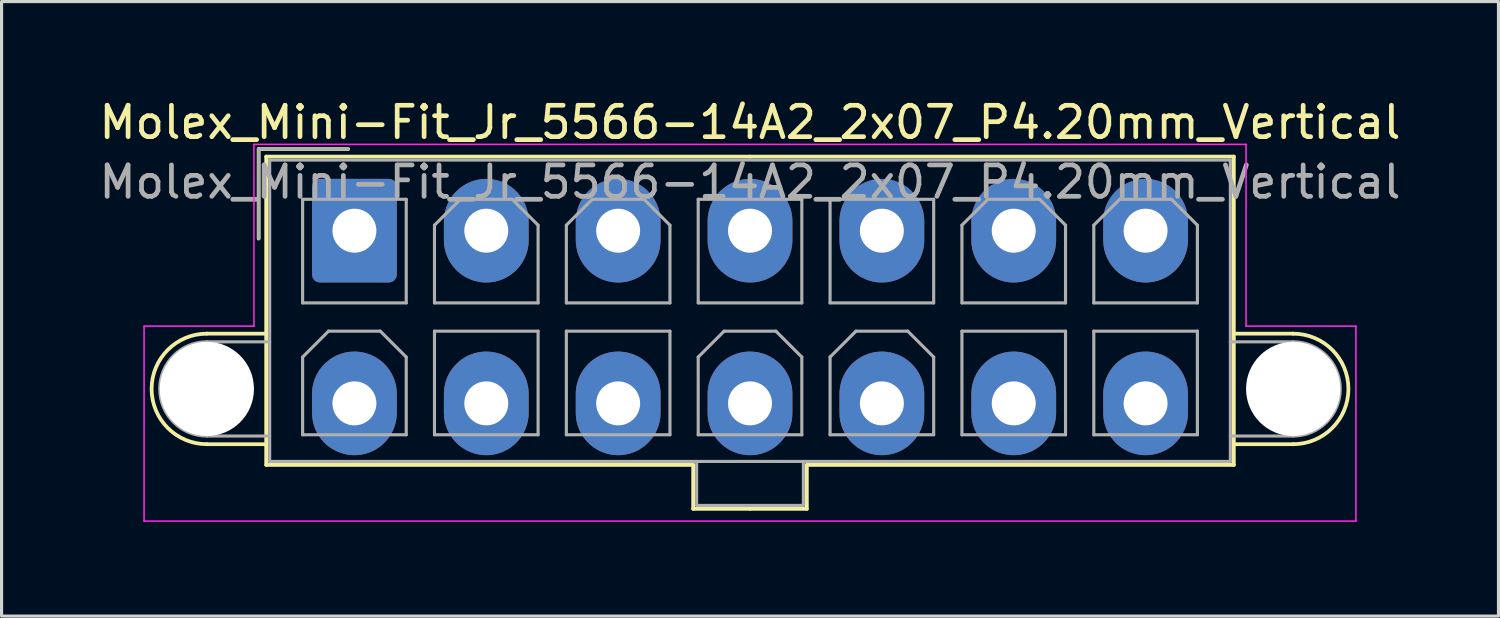
<source format=kicad_pcb>
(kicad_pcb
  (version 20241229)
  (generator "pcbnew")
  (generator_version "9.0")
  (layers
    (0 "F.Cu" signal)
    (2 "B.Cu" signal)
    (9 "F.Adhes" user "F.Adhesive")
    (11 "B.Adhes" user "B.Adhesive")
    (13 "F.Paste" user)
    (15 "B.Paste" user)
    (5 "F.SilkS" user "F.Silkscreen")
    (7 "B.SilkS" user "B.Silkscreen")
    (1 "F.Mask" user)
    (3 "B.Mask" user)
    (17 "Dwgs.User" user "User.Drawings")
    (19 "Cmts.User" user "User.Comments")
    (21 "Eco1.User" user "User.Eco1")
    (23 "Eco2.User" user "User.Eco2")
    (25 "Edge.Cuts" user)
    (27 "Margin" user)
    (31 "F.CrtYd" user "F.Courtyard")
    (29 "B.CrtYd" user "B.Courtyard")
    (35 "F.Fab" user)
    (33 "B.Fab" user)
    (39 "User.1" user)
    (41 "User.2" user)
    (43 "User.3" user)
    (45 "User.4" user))
  (footprint "Molex_Mini-Fit_Jr_5566-14A2_2x07_P4.20mm_Vertical"
    (layer "F.Cu")
    (at 8.239 4.298)
    (property "Reference" "Molex_Mini-Fit_Jr_5566-14A2_2x07_P4.20mm_Vertical" (at 12.6 -3.45 0) (layer "F.SilkS") (effects (font (size 1 1) (thickness 0.15))))
    (attr through_hole)
    (fp_line (start -4.7 3.28) (end -2.81 3.28) (stroke (width 0.12) (type solid)) (layer "F.SilkS"))
    (fp_line (start -4.7 6.8) (end -2.81 6.8) (stroke (width 0.12) (type solid)) (layer "F.SilkS"))
    (fp_line (start -3.05 -2.6) (end -3.05 0.25) (stroke (width 0.12) (type solid)) (layer "F.SilkS"))
    (fp_line (start -2.81 -2.36) (end -2.81 7.46) (stroke (width 0.12) (type solid)) (layer "F.SilkS"))
    (fp_line (start -2.81 7.46) (end 10.79 7.46) (stroke (width 0.12) (type solid)) (layer "F.SilkS"))
    (fp_line (start -0.2 -2.6) (end -3.05 -2.6) (stroke (width 0.12) (type solid)) (layer "F.SilkS"))
    (fp_line (start 10.79 7.46) (end 10.79 8.86) (stroke (width 0.12) (type solid)) (layer "F.SilkS"))
    (fp_line (start 10.79 8.86) (end 12.6 8.86) (stroke (width 0.12) (type solid)) (layer "F.SilkS"))
    (fp_line (start 12.6 -2.36) (end -2.81 -2.36) (stroke (width 0.12) (type solid)) (layer "F.SilkS"))
    (fp_line (start 12.6 -2.36) (end 28.01 -2.36) (stroke (width 0.12) (type solid)) (layer "F.SilkS"))
    (fp_line (start 14.41 7.46) (end 14.41 8.86) (stroke (width 0.12) (type solid)) (layer "F.SilkS"))
    (fp_line (start 14.41 8.86) (end 12.6 8.86) (stroke (width 0.12) (type solid)) (layer "F.SilkS"))
    (fp_line (start 28.01 -2.36) (end 28.01 7.46) (stroke (width 0.12) (type solid)) (layer "F.SilkS"))
    (fp_line (start 28.01 7.46) (end 14.41 7.46) (stroke (width 0.12) (type solid)) (layer "F.SilkS"))
    (fp_line (start 29.9 3.28) (end 28.01 3.28) (stroke (width 0.12) (type solid)) (layer "F.SilkS"))
    (fp_line (start 29.9 6.8) (end 28.01 6.8) (stroke (width 0.12) (type solid)) (layer "F.SilkS"))
    (fp_arc (start -4.7 6.8) (mid -6.46 5.04) (end -4.7 3.28) (stroke (width 0.12) (type solid)) (layer "F.SilkS"))
    (fp_arc (start 29.9 3.28) (mid 31.66 5.04) (end 29.9 6.8) (stroke (width 0.12) (type solid)) (layer "F.SilkS"))
    (fp_line (start -6.7 3.04) (end -6.7 9.25) (stroke (width 0.05) (type solid)) (layer "F.CrtYd"))
    (fp_line (start -6.7 9.25) (end 31.9 9.25) (stroke (width 0.05) (type solid)) (layer "F.CrtYd"))
    (fp_line (start -3.2 -2.75) (end -3.2 3.04) (stroke (width 0.05) (type solid)) (layer "F.CrtYd"))
    (fp_line (start -3.2 3.04) (end -6.7 3.04) (stroke (width 0.05) (type solid)) (layer "F.CrtYd"))
    (fp_line (start 28.4 -2.75) (end -3.2 -2.75) (stroke (width 0.05) (type solid)) (layer "F.CrtYd"))
    (fp_line (start 28.4 3.04) (end 28.4 -2.75) (stroke (width 0.05) (type solid)) (layer "F.CrtYd"))
    (fp_line (start 31.9 3.04) (end 28.4 3.04) (stroke (width 0.05) (type solid)) (layer "F.CrtYd"))
    (fp_line (start 31.9 9.25) (end 31.9 3.04) (stroke (width 0.05) (type solid)) (layer "F.CrtYd"))
    (fp_line (start -4.7 3.54) (end -2.7 3.54) (stroke (width 0.1) (type solid)) (layer "F.Fab"))
    (fp_line (start -4.7 6.54) (end -2.7 6.54) (stroke (width 0.1) (type solid)) (layer "F.Fab"))
    (fp_line (start -3.05 -2.6) (end -3.05 0.25) (stroke (width 0.1) (type solid)) (layer "F.Fab"))
    (fp_line (start -2.7 -2.25) (end -2.7 7.35) (stroke (width 0.1) (type solid)) (layer "F.Fab"))
    (fp_line (start -2.7 7.35) (end 27.9 7.35) (stroke (width 0.1) (type solid)) (layer "F.Fab"))
    (fp_line (start -1.65 -1) (end -1.65 2.3) (stroke (width 0.1) (type solid)) (layer "F.Fab"))
    (fp_line (start -1.65 2.3) (end 1.65 2.3) (stroke (width 0.1) (type solid)) (layer "F.Fab"))
    (fp_line (start -1.65 4.025) (end -0.825 3.2) (stroke (width 0.1) (type solid)) (layer "F.Fab"))
    (fp_line (start -1.65 6.5) (end -1.65 4.025) (stroke (width 0.1) (type solid)) (layer "F.Fab"))
    (fp_line (start -0.825 3.2) (end 0.825 3.2) (stroke (width 0.1) (type solid)) (layer "F.Fab"))
    (fp_line (start -0.2 -2.6) (end -3.05 -2.6) (stroke (width 0.1) (type solid)) (layer "F.Fab"))
    (fp_line (start 0.825 3.2) (end 1.65 4.025) (stroke (width 0.1) (type solid)) (layer "F.Fab"))
    (fp_line (start 1.65 -1) (end -1.65 -1) (stroke (width 0.1) (type solid)) (layer "F.Fab"))
    (fp_line (start 1.65 2.3) (end 1.65 -1) (stroke (width 0.1) (type solid)) (layer "F.Fab"))
    (fp_line (start 1.65 4.025) (end 1.65 6.5) (stroke (width 0.1) (type solid)) (layer "F.Fab"))
    (fp_line (start 1.65 6.5) (end -1.65 6.5) (stroke (width 0.1) (type solid)) (layer "F.Fab"))
    (fp_line (start 2.55 -0.175) (end 3.375 -1) (stroke (width 0.1) (type solid)) (layer "F.Fab"))
    (fp_line (start 2.55 2.3) (end 2.55 -0.175) (stroke (width 0.1) (type solid)) (layer "F.Fab"))
    (fp_line (start 2.55 3.2) (end 2.55 6.5) (stroke (width 0.1) (type solid)) (layer "F.Fab"))
    (fp_line (start 2.55 6.5) (end 5.85 6.5) (stroke (width 0.1) (type solid)) (layer "F.Fab"))
    (fp_line (start 3.375 -1) (end 5.025 -1) (stroke (width 0.1) (type solid)) (layer "F.Fab"))
    (fp_line (start 5.025 -1) (end 5.85 -0.175) (stroke (width 0.1) (type solid)) (layer "F.Fab"))
    (fp_line (start 5.85 -0.175) (end 5.85 2.3) (stroke (width 0.1) (type solid)) (layer "F.Fab"))
    (fp_line (start 5.85 2.3) (end 2.55 2.3) (stroke (width 0.1) (type solid)) (layer "F.Fab"))
    (fp_line (start 5.85 3.2) (end 2.55 3.2) (stroke (width 0.1) (type solid)) (layer "F.Fab"))
    (fp_line (start 5.85 6.5) (end 5.85 3.2) (stroke (width 0.1) (type solid)) (layer "F.Fab"))
    (fp_line (start 6.75 -0.175) (end 7.575 -1) (stroke (width 0.1) (type solid)) (layer "F.Fab"))
    (fp_line (start 6.75 2.3) (end 6.75 -0.175) (stroke (width 0.1) (type solid)) (layer "F.Fab"))
    (fp_line (start 6.75 3.2) (end 6.75 6.5) (stroke (width 0.1) (type solid)) (layer "F.Fab"))
    (fp_line (start 6.75 6.5) (end 10.05 6.5) (stroke (width 0.1) (type solid)) (layer "F.Fab"))
    (fp_line (start 7.575 -1) (end 9.225 -1) (stroke (width 0.1) (type solid)) (layer "F.Fab"))
    (fp_line (start 9.225 -1) (end 10.05 -0.175) (stroke (width 0.1) (type solid)) (layer "F.Fab"))
    (fp_line (start 10.05 -0.175) (end 10.05 2.3) (stroke (width 0.1) (type solid)) (layer "F.Fab"))
    (fp_line (start 10.05 2.3) (end 6.75 2.3) (stroke (width 0.1) (type solid)) (layer "F.Fab"))
    (fp_line (start 10.05 3.2) (end 6.75 3.2) (stroke (width 0.1) (type solid)) (layer "F.Fab"))
    (fp_line (start 10.05 6.5) (end 10.05 3.2) (stroke (width 0.1) (type solid)) (layer "F.Fab"))
    (fp_line (start 10.9 7.35) (end 10.9 8.75) (stroke (width 0.1) (type solid)) (layer "F.Fab"))
    (fp_line (start 10.9 8.75) (end 14.3 8.75) (stroke (width 0.1) (type solid)) (layer "F.Fab"))
    (fp_line (start 10.95 -1) (end 10.95 2.3) (stroke (width 0.1) (type solid)) (layer "F.Fab"))
    (fp_line (start 10.95 2.3) (end 14.25 2.3) (stroke (width 0.1) (type solid)) (layer "F.Fab"))
    (fp_line (start 10.95 4.025) (end 11.775 3.2) (stroke (width 0.1) (type solid)) (layer "F.Fab"))
    (fp_line (start 10.95 6.5) (end 10.95 4.025) (stroke (width 0.1) (type solid)) (layer "F.Fab"))
    (fp_line (start 11.775 3.2) (end 13.425 3.2) (stroke (width 0.1) (type solid)) (layer "F.Fab"))
    (fp_line (start 13.425 3.2) (end 14.25 4.025) (stroke (width 0.1) (type solid)) (layer "F.Fab"))
    (fp_line (start 14.25 -1) (end 10.95 -1) (stroke (width 0.1) (type solid)) (layer "F.Fab"))
    (fp_line (start 14.25 2.3) (end 14.25 -1) (stroke (width 0.1) (type solid)) (layer "F.Fab"))
    (fp_line (start 14.25 4.025) (end 14.25 6.5) (stroke (width 0.1) (type solid)) (layer "F.Fab"))
    (fp_line (start 14.25 6.5) (end 10.95 6.5) (stroke (width 0.1) (type solid)) (layer "F.Fab"))
    (fp_line (start 14.3 8.75) (end 14.3 7.35) (stroke (width 0.1) (type solid)) (layer "F.Fab"))
    (fp_line (start 15.15 -1) (end 15.15 2.3) (stroke (width 0.1) (type solid)) (layer "F.Fab"))
    (fp_line (start 15.15 2.3) (end 18.45 2.3) (stroke (width 0.1) (type solid)) (layer "F.Fab"))
    (fp_line (start 15.15 4.025) (end 15.975 3.2) (stroke (width 0.1) (type solid)) (layer "F.Fab"))
    (fp_line (start 15.15 6.5) (end 15.15 4.025) (stroke (width 0.1) (type solid)) (layer "F.Fab"))
    (fp_line (start 15.975 3.2) (end 17.625 3.2) (stroke (width 0.1) (type solid)) (layer "F.Fab"))
    (fp_line (start 17.625 3.2) (end 18.45 4.025) (stroke (width 0.1) (type solid)) (layer "F.Fab"))
    (fp_line (start 18.45 -1) (end 15.15 -1) (stroke (width 0.1) (type solid)) (layer "F.Fab"))
    (fp_line (start 18.45 2.3) (end 18.45 -1) (stroke (width 0.1) (type solid)) (layer "F.Fab"))
    (fp_line (start 18.45 4.025) (end 18.45 6.5) (stroke (width 0.1) (type solid)) (layer "F.Fab"))
    (fp_line (start 18.45 6.5) (end 15.15 6.5) (stroke (width 0.1) (type solid)) (layer "F.Fab"))
    (fp_line (start 19.35 -0.175) (end 20.175 -1) (stroke (width 0.1) (type solid)) (layer "F.Fab"))
    (fp_line (start 19.35 2.3) (end 19.35 -0.175) (stroke (width 0.1) (type solid)) (layer "F.Fab"))
    (fp_line (start 19.35 3.2) (end 19.35 6.5) (stroke (width 0.1) (type solid)) (layer "F.Fab"))
    (fp_line (start 19.35 6.5) (end 22.65 6.5) (stroke (width 0.1) (type solid)) (layer "F.Fab"))
    (fp_line (start 20.175 -1) (end 21.825 -1) (stroke (width 0.1) (type solid)) (layer "F.Fab"))
    (fp_line (start 21.825 -1) (end 22.65 -0.175) (stroke (width 0.1) (type solid)) (layer "F.Fab"))
    (fp_line (start 22.65 -0.175) (end 22.65 2.3) (stroke (width 0.1) (type solid)) (layer "F.Fab"))
    (fp_line (start 22.65 2.3) (end 19.35 2.3) (stroke (width 0.1) (type solid)) (layer "F.Fab"))
    (fp_line (start 22.65 3.2) (end 19.35 3.2) (stroke (width 0.1) (type solid)) (layer "F.Fab"))
    (fp_line (start 22.65 6.5) (end 22.65 3.2) (stroke (width 0.1) (type solid)) (layer "F.Fab"))
    (fp_line (start 23.55 -0.175) (end 24.375 -1) (stroke (width 0.1) (type solid)) (layer "F.Fab"))
    (fp_line (start 23.55 2.3) (end 23.55 -0.175) (stroke (width 0.1) (type solid)) (layer "F.Fab"))
    (fp_line (start 23.55 3.2) (end 23.55 6.5) (stroke (width 0.1) (type solid)) (layer "F.Fab"))
    (fp_line (start 23.55 6.5) (end 26.85 6.5) (stroke (width 0.1) (type solid)) (layer "F.Fab"))
    (fp_line (start 24.375 -1) (end 26.025 -1) (stroke (width 0.1) (type solid)) (layer "F.Fab"))
    (fp_line (start 26.025 -1) (end 26.85 -0.175) (stroke (width 0.1) (type solid)) (layer "F.Fab"))
    (fp_line (start 26.85 -0.175) (end 26.85 2.3) (stroke (width 0.1) (type solid)) (layer "F.Fab"))
    (fp_line (start 26.85 2.3) (end 23.55 2.3) (stroke (width 0.1) (type solid)) (layer "F.Fab"))
    (fp_line (start 26.85 3.2) (end 23.55 3.2) (stroke (width 0.1) (type solid)) (layer "F.Fab"))
    (fp_line (start 26.85 6.5) (end 26.85 3.2) (stroke (width 0.1) (type solid)) (layer "F.Fab"))
    (fp_line (start 27.9 -2.25) (end -2.7 -2.25) (stroke (width 0.1) (type solid)) (layer "F.Fab"))
    (fp_line (start 27.9 7.35) (end 27.9 -2.25) (stroke (width 0.1) (type solid)) (layer "F.Fab"))
    (fp_line (start 29.9 3.54) (end 27.9 3.54) (stroke (width 0.1) (type solid)) (layer "F.Fab"))
    (fp_line (start 29.9 6.54) (end 27.9 6.54) (stroke (width 0.1) (type solid)) (layer "F.Fab"))
    (fp_arc (start -4.7 6.54) (mid -6.2 5.04) (end -4.7 3.54) (stroke (width 0.1) (type solid)) (layer "F.Fab"))
    (fp_arc (start 29.9 3.54) (mid 31.4 5.04) (end 29.9 6.54) (stroke (width 0.1) (type solid)) (layer "F.Fab"))
    (fp_text user "${REFERENCE}" (at 12.6 -1.55 0) (layer "F.Fab") (effects (font (size 1 1) (thickness 0.15))))
    (pad "" np_thru_hole circle (at -4.7 5.04) (size 3 3) (drill 3) (layers "*.Cu" "*.Mask"))
    (pad "" np_thru_hole circle (at 29.9 5.04) (size 3 3) (drill 3) (layers "*.Cu" "*.Mask"))
    (pad "1" thru_hole roundrect (at 0 0) (size 2.7 3.3) (drill 1.4) (layers "*.Cu" "*.Mask") (roundrect_rratio 0.093))
    (pad "2" thru_hole oval (at 4.2 0) (size 2.7 3.3) (drill 1.4) (layers "*.Cu" "*.Mask"))
    (pad "3" thru_hole oval (at 8.4 0) (size 2.7 3.3) (drill 1.4) (layers "*.Cu" "*.Mask"))
    (pad "4" thru_hole oval (at 12.6 0) (size 2.7 3.3) (drill 1.4) (layers "*.Cu" "*.Mask"))
    (pad "5" thru_hole oval (at 16.8 0) (size 2.7 3.3) (drill 1.4) (layers "*.Cu" "*.Mask"))
    (pad "6" thru_hole oval (at 21 0) (size 2.7 3.3) (drill 1.4) (layers "*.Cu" "*.Mask"))
    (pad "7" thru_hole oval (at 25.2 0) (size 2.7 3.3) (drill 1.4) (layers "*.Cu" "*.Mask"))
    (pad "8" thru_hole oval (at 0 5.5) (size 2.7 3.3) (drill 1.4) (layers "*.Cu" "*.Mask"))
    (pad "9" thru_hole oval (at 4.2 5.5) (size 2.7 3.3) (drill 1.4) (layers "*.Cu" "*.Mask"))
    (pad "10" thru_hole oval (at 8.4 5.5) (size 2.7 3.3) (drill 1.4) (layers "*.Cu" "*.Mask"))
    (pad "11" thru_hole oval (at 12.6 5.5) (size 2.7 3.3) (drill 1.4) (layers "*.Cu" "*.Mask"))
    (pad "12" thru_hole oval (at 16.8 5.5) (size 2.7 3.3) (drill 1.4) (layers "*.Cu" "*.Mask"))
    (pad "13" thru_hole oval (at 21 5.5) (size 2.7 3.3) (drill 1.4) (layers "*.Cu" "*.Mask"))
    (pad "14" thru_hole oval (at 25.2 5.5) (size 2.7 3.3) (drill 1.4) (layers "*.Cu" "*.Mask")))
  (gr_rect
    (start -3 -3)
    (end 44.679 16.573)
    (stroke (width 0.1) (type default))
    (fill no)
    (layer "Edge.Cuts")))
</source>
